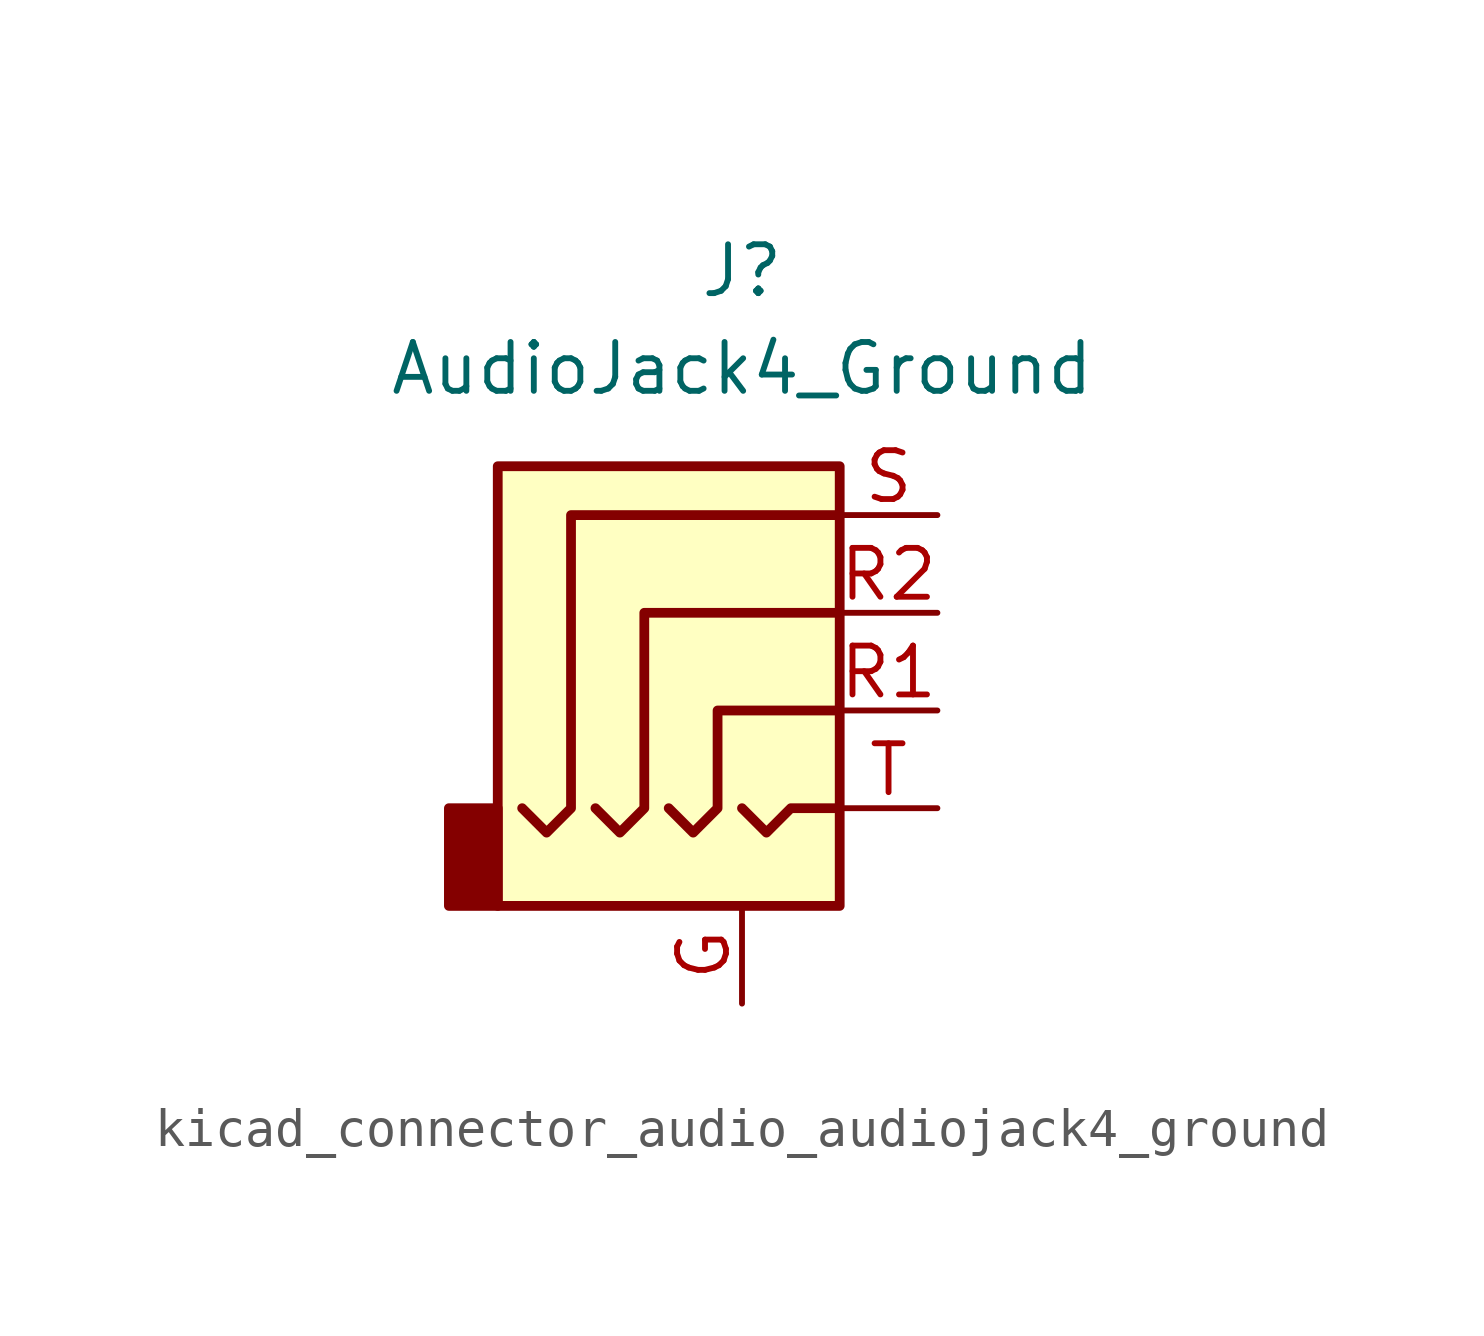
<source format=kicad_sym>
(kicad_symbol_lib
  (version 20220914)
  (generator kicad_symbol_editor)
  (symbol "kicad_connector_audio_audiojack4_ground"
    (property "Reference" "J"
      (at 0 8.89 0)
      (effects (font (size 1.27 1.27))))
    (property "Value" "AudioJack4_Ground"
      (at 0 6.35 0)
      (effects (font (size 1.27 1.27))))
    (symbol "kicad_connector_audio_audiojack4_ground_0_1"
      (rectangle (start -6.35 -7.62) (end -7.62 -5.08) (stroke (width 0.254) (type default)) (fill (type outline)))
      (polyline (pts (xy 0 -5.08) (xy 0.635 -5.715) (xy 1.27 -5.08) (xy 2.54 -5.08)) (stroke (width 0.254) (type default)) (fill (type none)))
      (polyline (pts (xy -5.715 -5.08) (xy -5.08 -5.715) (xy -4.445 -5.08) (xy -4.445 2.54) (xy 2.54 2.54)) (stroke (width 0.254) (type default)) (fill (type none)))
      (polyline (pts (xy -1.905 -5.08) (xy -1.27 -5.715) (xy -0.635 -5.08) (xy -0.635 -2.54) (xy 2.54 -2.54)) (stroke (width 0.254) (type default)) (fill (type none)))
      (polyline (pts (xy 2.54 0) (xy -2.54 0) (xy -2.54 -5.08) (xy -3.175 -5.715) (xy -3.81 -5.08)) (stroke (width 0.254) (type default)) (fill (type none)))
      (rectangle (start 2.54 3.81) (end -6.35 -7.62) (stroke (width 0.254) (type default)) (fill (type background))))
    (symbol "kicad_connector_audio_audiojack4_ground_1_1"
      (pin passive line (at 0 -10.16 90) (length 2.54) (name "~" (effects (font (size 1.27 1.27)))) (number "G" (effects (font (size 1.27 1.27)))))
      (pin passive line (at 5.08 -2.54 180) (length 2.54) (name "~" (effects (font (size 1.27 1.27)))) (number "R1" (effects (font (size 1.27 1.27)))))
      (pin passive line (at 5.08 0 180) (length 2.54) (name "~" (effects (font (size 1.27 1.27)))) (number "R2" (effects (font (size 1.27 1.27)))))
      (pin passive line (at 5.08 2.54 180) (length 2.54) (name "~" (effects (font (size 1.27 1.27)))) (number "S" (effects (font (size 1.27 1.27)))))
      (pin passive line (at 5.08 -5.08 180) (length 2.54) (name "~" (effects (font (size 1.27 1.27)))) (number "T" (effects (font (size 1.27 1.27))))))))
</source>
